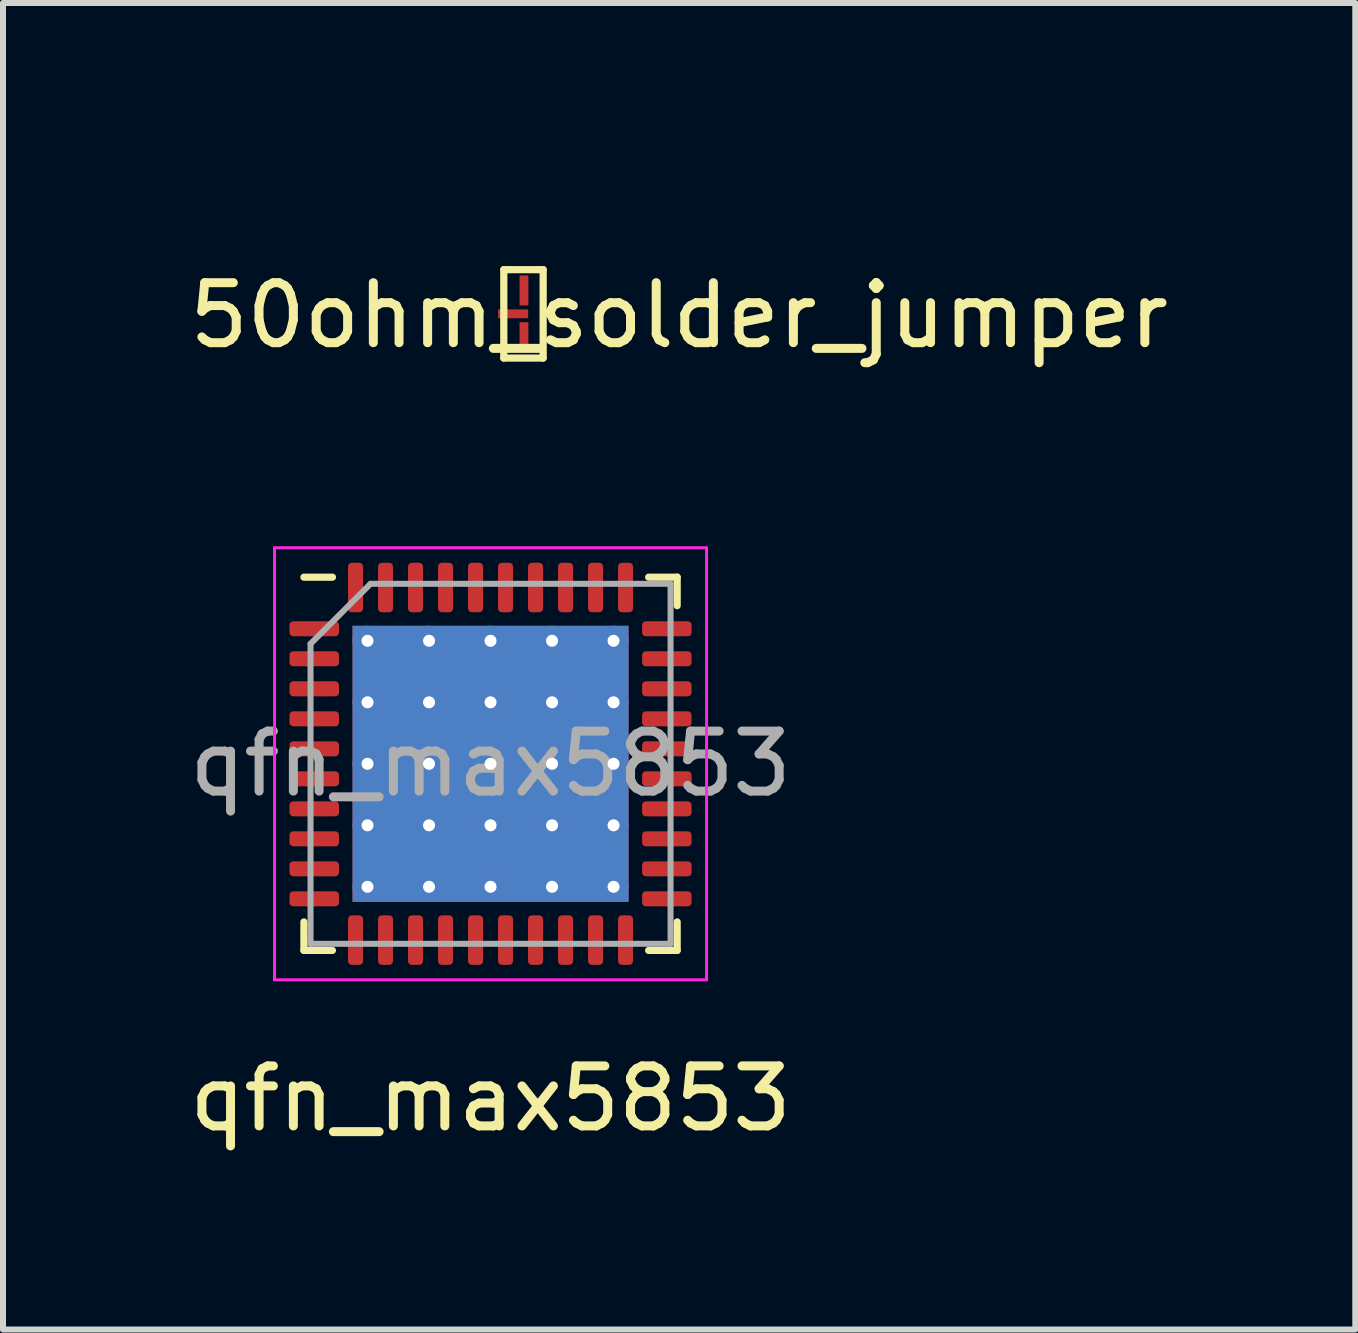
<source format=kicad_pcb>
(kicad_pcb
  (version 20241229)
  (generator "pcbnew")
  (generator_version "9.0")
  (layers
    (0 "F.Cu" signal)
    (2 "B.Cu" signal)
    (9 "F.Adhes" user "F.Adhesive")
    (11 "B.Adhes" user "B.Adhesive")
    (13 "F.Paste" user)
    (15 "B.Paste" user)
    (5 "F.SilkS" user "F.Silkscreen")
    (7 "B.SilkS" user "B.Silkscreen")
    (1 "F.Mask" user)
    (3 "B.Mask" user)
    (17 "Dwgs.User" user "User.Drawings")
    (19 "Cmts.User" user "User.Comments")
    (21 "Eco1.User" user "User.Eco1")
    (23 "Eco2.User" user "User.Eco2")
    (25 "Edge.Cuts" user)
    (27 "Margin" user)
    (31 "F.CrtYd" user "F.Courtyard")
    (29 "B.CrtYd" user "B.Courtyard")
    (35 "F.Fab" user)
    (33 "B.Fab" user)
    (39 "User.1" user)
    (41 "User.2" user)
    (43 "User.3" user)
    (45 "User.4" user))
  (footprint "50ohm_solder_jumper"
    (layer "F.Cu")
    (at 5.702 0.25)
    (property "Reference" "50ohm_solder_jumper" (at 2.565 1.956 0) (layer "F.SilkS") (effects (font (size 1 1) (thickness 0.15))))
    (attr through_hole)
    (fp_poly (pts (xy 0.05 2.14) (xy -0.09 2.14) (xy -0.09 1.72) (xy 0.05 1.72)) (stroke (width 0.1) (type solid)) (fill yes) (layer "F.Mask"))
    (fp_line (start -0.356 1.194) (end 0.3 1.194) (stroke (width 0.12) (type solid)) (layer "F.SilkS"))
    (fp_line (start -0.356 2.667) (end -0.356 1.194) (stroke (width 0.12) (type solid)) (layer "F.SilkS"))
    (fp_line (start 0.3 1.194) (end 0.3 2.667) (stroke (width 0.12) (type solid)) (layer "F.SilkS"))
    (fp_line (start 0.3 2.667) (end -0.356 2.667) (stroke (width 0.12) (type solid)) (layer "F.SilkS"))
    (pad "1" smd rect (at -0.02 1.54 270) (size 0.5 0.147) (layers "F.Cu"))
    (pad "2" smd rect (at -0.2 1.93) (size 0.5 0.147) (layers "F.Cu"))
    (pad "3" smd rect (at -0.02 2.32 90) (size 0.5 0.147) (layers "F.Cu")))
  (footprint "qfn_max5853"
    (layer "F.Cu")
    (at 5.125 9.679)
    (property "Reference" "qfn_max5853" (at 0 5.58 0) (layer "F.SilkS") (effects (font (size 1 1) (thickness 0.15))))
    (attr through_hole)
    (fp_line (start -3.11 3.11) (end -3.11 2.635) (stroke (width 0.12) (type solid)) (layer "F.SilkS"))
    (fp_line (start -2.635 -3.11) (end -3.11 -3.11) (stroke (width 0.12) (type solid)) (layer "F.SilkS"))
    (fp_line (start -2.635 3.11) (end -3.11 3.11) (stroke (width 0.12) (type solid)) (layer "F.SilkS"))
    (fp_line (start 2.635 -3.11) (end 3.11 -3.11) (stroke (width 0.12) (type solid)) (layer "F.SilkS"))
    (fp_line (start 2.635 3.11) (end 3.11 3.11) (stroke (width 0.12) (type solid)) (layer "F.SilkS"))
    (fp_line (start 3.11 -3.11) (end 3.11 -2.635) (stroke (width 0.12) (type solid)) (layer "F.SilkS"))
    (fp_line (start 3.11 3.11) (end 3.11 2.635) (stroke (width 0.12) (type solid)) (layer "F.SilkS"))
    (fp_line (start -3.6 -3.6) (end -3.6 3.6) (stroke (width 0.05) (type solid)) (layer "F.CrtYd"))
    (fp_line (start -3.6 3.6) (end 3.6 3.6) (stroke (width 0.05) (type solid)) (layer "F.CrtYd"))
    (fp_line (start 3.6 -3.6) (end -3.6 -3.6) (stroke (width 0.05) (type solid)) (layer "F.CrtYd"))
    (fp_line (start 3.6 3.6) (end 3.6 -3.6) (stroke (width 0.05) (type solid)) (layer "F.CrtYd"))
    (fp_line (start -3 -2) (end -2 -3) (stroke (width 0.1) (type solid)) (layer "F.Fab"))
    (fp_line (start -3 3) (end -3 -2) (stroke (width 0.1) (type solid)) (layer "F.Fab"))
    (fp_line (start -2 -3) (end 3 -3) (stroke (width 0.1) (type solid)) (layer "F.Fab"))
    (fp_line (start 3 -3) (end 3 3) (stroke (width 0.1) (type solid)) (layer "F.Fab"))
    (fp_line (start 3 3) (end -3 3) (stroke (width 0.1) (type solid)) (layer "F.Fab"))
    (fp_text user "${REFERENCE}" (at 0 0 0) (layer "F.Fab") (effects (font (size 1 1) (thickness 0.15))))
    (pad "" smd custom (at -1.538 -1.538) (size 0.786 0.786) (layers "F.Paste") (options (anchor circle)) (primitives (gr_poly (pts (xy -0.34 -0.253) (xy -0.253 -0.34) (xy 0.253 -0.34) (xy 0.34 -0.253) (xy 0.34 0.253) (xy 0.253 0.34) (xy -0.253 0.34) (xy -0.34 0.253)) (width 0.21) (fill yes))))
    (pad "" smd custom (at -1.538 -0.512) (size 0.786 0.786) (layers "F.Paste") (options (anchor circle)) (primitives (gr_poly (pts (xy -0.34 -0.253) (xy -0.253 -0.34) (xy 0.253 -0.34) (xy 0.34 -0.253) (xy 0.34 0.253) (xy 0.253 0.34) (xy -0.253 0.34) (xy -0.34 0.253)) (width 0.21) (fill yes))))
    (pad "" smd custom (at -1.538 0.512) (size 0.786 0.786) (layers "F.Paste") (options (anchor circle)) (primitives (gr_poly (pts (xy -0.34 -0.253) (xy -0.253 -0.34) (xy 0.253 -0.34) (xy 0.34 -0.253) (xy 0.34 0.253) (xy 0.253 0.34) (xy -0.253 0.34) (xy -0.34 0.253)) (width 0.21) (fill yes))))
    (pad "" smd custom (at -1.538 1.538) (size 0.786 0.786) (layers "F.Paste") (options (anchor circle)) (primitives (gr_poly (pts (xy -0.34 -0.253) (xy -0.253 -0.34) (xy 0.253 -0.34) (xy 0.34 -0.253) (xy 0.34 0.253) (xy 0.253 0.34) (xy -0.253 0.34) (xy -0.34 0.253)) (width 0.21) (fill yes))))
    (pad "" smd custom (at -0.512 -1.538) (size 0.786 0.786) (layers "F.Paste") (options (anchor circle)) (primitives (gr_poly (pts (xy -0.34 -0.253) (xy -0.253 -0.34) (xy 0.253 -0.34) (xy 0.34 -0.253) (xy 0.34 0.253) (xy 0.253 0.34) (xy -0.253 0.34) (xy -0.34 0.253)) (width 0.21) (fill yes))))
    (pad "" smd custom (at -0.512 -0.512) (size 0.786 0.786) (layers "F.Paste") (options (anchor circle)) (primitives (gr_poly (pts (xy -0.34 -0.253) (xy -0.253 -0.34) (xy 0.253 -0.34) (xy 0.34 -0.253) (xy 0.34 0.253) (xy 0.253 0.34) (xy -0.253 0.34) (xy -0.34 0.253)) (width 0.21) (fill yes))))
    (pad "" smd custom (at -0.512 0.512) (size 0.786 0.786) (layers "F.Paste") (options (anchor circle)) (primitives (gr_poly (pts (xy -0.34 -0.253) (xy -0.253 -0.34) (xy 0.253 -0.34) (xy 0.34 -0.253) (xy 0.34 0.253) (xy 0.253 0.34) (xy -0.253 0.34) (xy -0.34 0.253)) (width 0.21) (fill yes))))
    (pad "" smd custom (at -0.512 1.538) (size 0.786 0.786) (layers "F.Paste") (options (anchor circle)) (primitives (gr_poly (pts (xy -0.34 -0.253) (xy -0.253 -0.34) (xy 0.253 -0.34) (xy 0.34 -0.253) (xy 0.34 0.253) (xy 0.253 0.34) (xy -0.253 0.34) (xy -0.34 0.253)) (width 0.21) (fill yes))))
    (pad "" smd custom (at 0.512 -1.538) (size 0.786 0.786) (layers "F.Paste") (options (anchor circle)) (primitives (gr_poly (pts (xy -0.34 -0.253) (xy -0.253 -0.34) (xy 0.253 -0.34) (xy 0.34 -0.253) (xy 0.34 0.253) (xy 0.253 0.34) (xy -0.253 0.34) (xy -0.34 0.253)) (width 0.21) (fill yes))))
    (pad "" smd custom (at 0.512 -0.512) (size 0.786 0.786) (layers "F.Paste") (options (anchor circle)) (primitives (gr_poly (pts (xy -0.34 -0.253) (xy -0.253 -0.34) (xy 0.253 -0.34) (xy 0.34 -0.253) (xy 0.34 0.253) (xy 0.253 0.34) (xy -0.253 0.34) (xy -0.34 0.253)) (width 0.21) (fill yes))))
    (pad "" smd custom (at 0.512 0.512) (size 0.786 0.786) (layers "F.Paste") (options (anchor circle)) (primitives (gr_poly (pts (xy -0.34 -0.253) (xy -0.253 -0.34) (xy 0.253 -0.34) (xy 0.34 -0.253) (xy 0.34 0.253) (xy 0.253 0.34) (xy -0.253 0.34) (xy -0.34 0.253)) (width 0.21) (fill yes))))
    (pad "" smd custom (at 0.512 1.538) (size 0.786 0.786) (layers "F.Paste") (options (anchor circle)) (primitives (gr_poly (pts (xy -0.34 -0.253) (xy -0.253 -0.34) (xy 0.253 -0.34) (xy 0.34 -0.253) (xy 0.34 0.253) (xy 0.253 0.34) (xy -0.253 0.34) (xy -0.34 0.253)) (width 0.21) (fill yes))))
    (pad "" smd custom (at 1.538 -1.538) (size 0.786 0.786) (layers "F.Paste") (options (anchor circle)) (primitives (gr_poly (pts (xy -0.34 -0.253) (xy -0.253 -0.34) (xy 0.253 -0.34) (xy 0.34 -0.253) (xy 0.34 0.253) (xy 0.253 0.34) (xy -0.253 0.34) (xy -0.34 0.253)) (width 0.21) (fill yes))))
    (pad "" smd custom (at 1.538 -0.512) (size 0.786 0.786) (layers "F.Paste") (options (anchor circle)) (primitives (gr_poly (pts (xy -0.34 -0.253) (xy -0.253 -0.34) (xy 0.253 -0.34) (xy 0.34 -0.253) (xy 0.34 0.253) (xy 0.253 0.34) (xy -0.253 0.34) (xy -0.34 0.253)) (width 0.21) (fill yes))))
    (pad "" smd custom (at 1.538 0.512) (size 0.786 0.786) (layers "F.Paste") (options (anchor circle)) (primitives (gr_poly (pts (xy -0.34 -0.253) (xy -0.253 -0.34) (xy 0.253 -0.34) (xy 0.34 -0.253) (xy 0.34 0.253) (xy 0.253 0.34) (xy -0.253 0.34) (xy -0.34 0.253)) (width 0.21) (fill yes))))
    (pad "" smd custom (at 1.538 1.538) (size 0.786 0.786) (layers "F.Paste") (options (anchor circle)) (primitives (gr_poly (pts (xy -0.34 -0.253) (xy -0.253 -0.34) (xy 0.253 -0.34) (xy 0.34 -0.253) (xy 0.34 0.253) (xy 0.253 0.34) (xy -0.253 0.34) (xy -0.34 0.253)) (width 0.21) (fill yes))))
    (pad "1" smd roundrect (at -2.938 -2.25) (size 0.825 0.25) (layers "F.Cu" "F.Mask" "F.Paste") (roundrect_rratio 0.25))
    (pad "2" smd roundrect (at -2.938 -1.75) (size 0.825 0.25) (layers "F.Cu" "F.Mask" "F.Paste") (roundrect_rratio 0.25))
    (pad "3" smd roundrect (at -2.938 -1.25) (size 0.825 0.25) (layers "F.Cu" "F.Mask" "F.Paste") (roundrect_rratio 0.25))
    (pad "4" smd roundrect (at -2.938 -0.75) (size 0.825 0.25) (layers "F.Cu" "F.Mask" "F.Paste") (roundrect_rratio 0.25))
    (pad "5" smd roundrect (at -2.938 -0.25) (size 0.825 0.25) (layers "F.Cu" "F.Mask" "F.Paste") (roundrect_rratio 0.25))
    (pad "6" smd roundrect (at -2.938 0.25) (size 0.825 0.25) (layers "F.Cu" "F.Mask" "F.Paste") (roundrect_rratio 0.25))
    (pad "7" smd roundrect (at -2.938 0.75) (size 0.825 0.25) (layers "F.Cu" "F.Mask" "F.Paste") (roundrect_rratio 0.25))
    (pad "8" smd roundrect (at -2.938 1.25) (size 0.825 0.25) (layers "F.Cu" "F.Mask" "F.Paste") (roundrect_rratio 0.25))
    (pad "9" smd roundrect (at -2.938 1.75) (size 0.825 0.25) (layers "F.Cu" "F.Mask" "F.Paste") (roundrect_rratio 0.25))
    (pad "10" smd roundrect (at -2.938 2.25) (size 0.825 0.25) (layers "F.Cu" "F.Mask" "F.Paste") (roundrect_rratio 0.25))
    (pad "11" smd roundrect (at -2.25 2.938) (size 0.25 0.825) (layers "F.Cu" "F.Mask" "F.Paste") (roundrect_rratio 0.25))
    (pad "12" smd roundrect (at -1.75 2.938) (size 0.25 0.825) (layers "F.Cu" "F.Mask" "F.Paste") (roundrect_rratio 0.25))
    (pad "13" smd roundrect (at -1.25 2.938) (size 0.25 0.825) (layers "F.Cu" "F.Mask" "F.Paste") (roundrect_rratio 0.25))
    (pad "14" smd roundrect (at -0.75 2.938) (size 0.25 0.825) (layers "F.Cu" "F.Mask" "F.Paste") (roundrect_rratio 0.25))
    (pad "15" smd roundrect (at -0.25 2.938) (size 0.25 0.825) (layers "F.Cu" "F.Mask" "F.Paste") (roundrect_rratio 0.25))
    (pad "16" smd roundrect (at 0.25 2.938) (size 0.25 0.825) (layers "F.Cu" "F.Mask" "F.Paste") (roundrect_rratio 0.25))
    (pad "17" smd roundrect (at 0.75 2.938) (size 0.25 0.825) (layers "F.Cu" "F.Mask" "F.Paste") (roundrect_rratio 0.25))
    (pad "17" thru_hole circle (at 1.025 2.05) (size 0.5 0.5) (drill 0.2) (layers "*.Cu"))
    (pad "18" smd roundrect (at 1.25 2.938) (size 0.25 0.825) (layers "F.Cu" "F.Mask" "F.Paste") (roundrect_rratio 0.25))
    (pad "19" smd roundrect (at 1.75 2.938) (size 0.25 0.825) (layers "F.Cu" "F.Mask" "F.Paste") (roundrect_rratio 0.25))
    (pad "20" smd roundrect (at 2.25 2.938) (size 0.25 0.825) (layers "F.Cu" "F.Mask" "F.Paste") (roundrect_rratio 0.25))
    (pad "21" smd roundrect (at 2.938 2.25) (size 0.825 0.25) (layers "F.Cu" "F.Mask" "F.Paste") (roundrect_rratio 0.25))
    (pad "22" smd roundrect (at 2.938 1.75) (size 0.825 0.25) (layers "F.Cu" "F.Mask" "F.Paste") (roundrect_rratio 0.25))
    (pad "23" smd roundrect (at 2.938 1.25) (size 0.825 0.25) (layers "F.Cu" "F.Mask" "F.Paste") (roundrect_rratio 0.25))
    (pad "24" smd roundrect (at 2.938 0.75) (size 0.825 0.25) (layers "F.Cu" "F.Mask" "F.Paste") (roundrect_rratio 0.25))
    (pad "25" smd roundrect (at 2.938 0.25) (size 0.825 0.25) (layers "F.Cu" "F.Mask" "F.Paste") (roundrect_rratio 0.25))
    (pad "26" smd roundrect (at 2.938 -0.25) (size 0.825 0.25) (layers "F.Cu" "F.Mask" "F.Paste") (roundrect_rratio 0.25))
    (pad "27" smd roundrect (at 2.938 -0.75) (size 0.825 0.25) (layers "F.Cu" "F.Mask" "F.Paste") (roundrect_rratio 0.25))
    (pad "28" smd roundrect (at 2.938 -1.25) (size 0.825 0.25) (layers "F.Cu" "F.Mask" "F.Paste") (roundrect_rratio 0.25))
    (pad "29" thru_hole circle (at 2.05 -2.05) (size 0.5 0.5) (drill 0.2) (layers "*.Cu"))
    (pad "29" smd roundrect (at 2.938 -1.75) (size 0.825 0.25) (layers "F.Cu" "F.Mask" "F.Paste") (roundrect_rratio 0.25))
    (pad "30" smd roundrect (at 2.938 -2.25) (size 0.825 0.25) (layers "F.Cu" "F.Mask" "F.Paste") (roundrect_rratio 0.25))
    (pad "31" smd roundrect (at 2.25 -2.938) (size 0.25 0.825) (layers "F.Cu" "F.Mask" "F.Paste") (roundrect_rratio 0.25))
    (pad "32" smd roundrect (at 1.75 -2.938) (size 0.25 0.825) (layers "F.Cu" "F.Mask" "F.Paste") (roundrect_rratio 0.25))
    (pad "33" smd roundrect (at 1.25 -2.938) (size 0.25 0.825) (layers "F.Cu" "F.Mask" "F.Paste") (roundrect_rratio 0.25))
    (pad "34" smd roundrect (at 0.75 -2.938) (size 0.25 0.825) (layers "F.Cu" "F.Mask" "F.Paste") (roundrect_rratio 0.25))
    (pad "35" smd roundrect (at 0.25 -2.938) (size 0.25 0.825) (layers "F.Cu" "F.Mask" "F.Paste") (roundrect_rratio 0.25))
    (pad "36" smd roundrect (at -0.25 -2.938) (size 0.25 0.825) (layers "F.Cu" "F.Mask" "F.Paste") (roundrect_rratio 0.25))
    (pad "36" thru_hole circle (at 0 -2.05) (size 0.5 0.5) (drill 0.2) (layers "*.Cu"))
    (pad "37" smd roundrect (at -0.75 -2.938) (size 0.25 0.825) (layers "F.Cu" "F.Mask" "F.Paste") (roundrect_rratio 0.25))
    (pad "38" smd roundrect (at -1.25 -2.938) (size 0.25 0.825) (layers "F.Cu" "F.Mask" "F.Paste") (roundrect_rratio 0.25))
    (pad "39" smd roundrect (at -1.75 -2.938) (size 0.25 0.825) (layers "F.Cu" "F.Mask" "F.Paste") (roundrect_rratio 0.25))
    (pad "40" smd roundrect (at -2.25 -2.938) (size 0.25 0.825) (layers "F.Cu" "F.Mask" "F.Paste") (roundrect_rratio 0.25))
    (pad "40" thru_hole circle (at -2.05 -2.05) (size 0.5 0.5) (drill 0.2) (layers "*.Cu"))
    (pad "41" thru_hole circle (at -2.05 -1.025) (size 0.5 0.5) (drill 0.2) (layers "*.Cu"))
    (pad "41" thru_hole circle (at -2.05 0) (size 0.5 0.5) (drill 0.2) (layers "*.Cu"))
    (pad "41" thru_hole circle (at -2.05 1.025) (size 0.5 0.5) (drill 0.2) (layers "*.Cu"))
    (pad "41" thru_hole circle (at -2.05 2.05) (size 0.5 0.5) (drill 0.2) (layers "*.Cu"))
    (pad "41" thru_hole circle (at -1.025 -2.05) (size 0.5 0.5) (drill 0.2) (layers "*.Cu"))
    (pad "41" thru_hole circle (at -1.025 -1.025) (size 0.5 0.5) (drill 0.2) (layers "*.Cu"))
    (pad "41" thru_hole circle (at -1.025 0) (size 0.5 0.5) (drill 0.2) (layers "*.Cu"))
    (pad "41" thru_hole circle (at -1.025 1.025) (size 0.5 0.5) (drill 0.2) (layers "*.Cu"))
    (pad "41" thru_hole circle (at -1.025 2.05) (size 0.5 0.5) (drill 0.2) (layers "*.Cu"))
    (pad "41" thru_hole circle (at 0 -1.025) (size 0.5 0.5) (drill 0.2) (layers "*.Cu"))
    (pad "41" thru_hole circle (at 0 0) (size 0.5 0.5) (drill 0.2) (layers "*.Cu"))
    (pad "41" smd rect (at 0 0) (size 4.6 4.6) (layers "F.Cu" "F.Mask"))
    (pad "41" smd rect (at 0 0) (size 4.6 4.6) (layers "B.Cu"))
    (pad "41" thru_hole circle (at 0 1.025) (size 0.5 0.5) (drill 0.2) (layers "*.Cu"))
    (pad "41" thru_hole circle (at 0 2.05) (size 0.5 0.5) (drill 0.2) (layers "*.Cu"))
    (pad "41" thru_hole circle (at 1.025 -2.05) (size 0.5 0.5) (drill 0.2) (layers "*.Cu"))
    (pad "41" thru_hole circle (at 1.025 -1.025) (size 0.5 0.5) (drill 0.2) (layers "*.Cu"))
    (pad "41" thru_hole circle (at 1.025 0) (size 0.5 0.5) (drill 0.2) (layers "*.Cu"))
    (pad "41" thru_hole circle (at 1.025 1.025) (size 0.5 0.5) (drill 0.2) (layers "*.Cu"))
    (pad "41" thru_hole circle (at 2.05 -1.025) (size 0.5 0.5) (drill 0.2) (layers "*.Cu"))
    (pad "41" thru_hole circle (at 2.05 0) (size 0.5 0.5) (drill 0.2) (layers "*.Cu"))
    (pad "41" thru_hole circle (at 2.05 1.025) (size 0.5 0.5) (drill 0.2) (layers "*.Cu"))
    (pad "41" thru_hole circle (at 2.05 2.05) (size 0.5 0.5) (drill 0.2) (layers "*.Cu")))
  (gr_rect
    (start -3 -3)
    (end 19.536 19.107)
    (stroke (width 0.1) (type default))
    (fill no)
    (layer "Edge.Cuts")))
</source>
